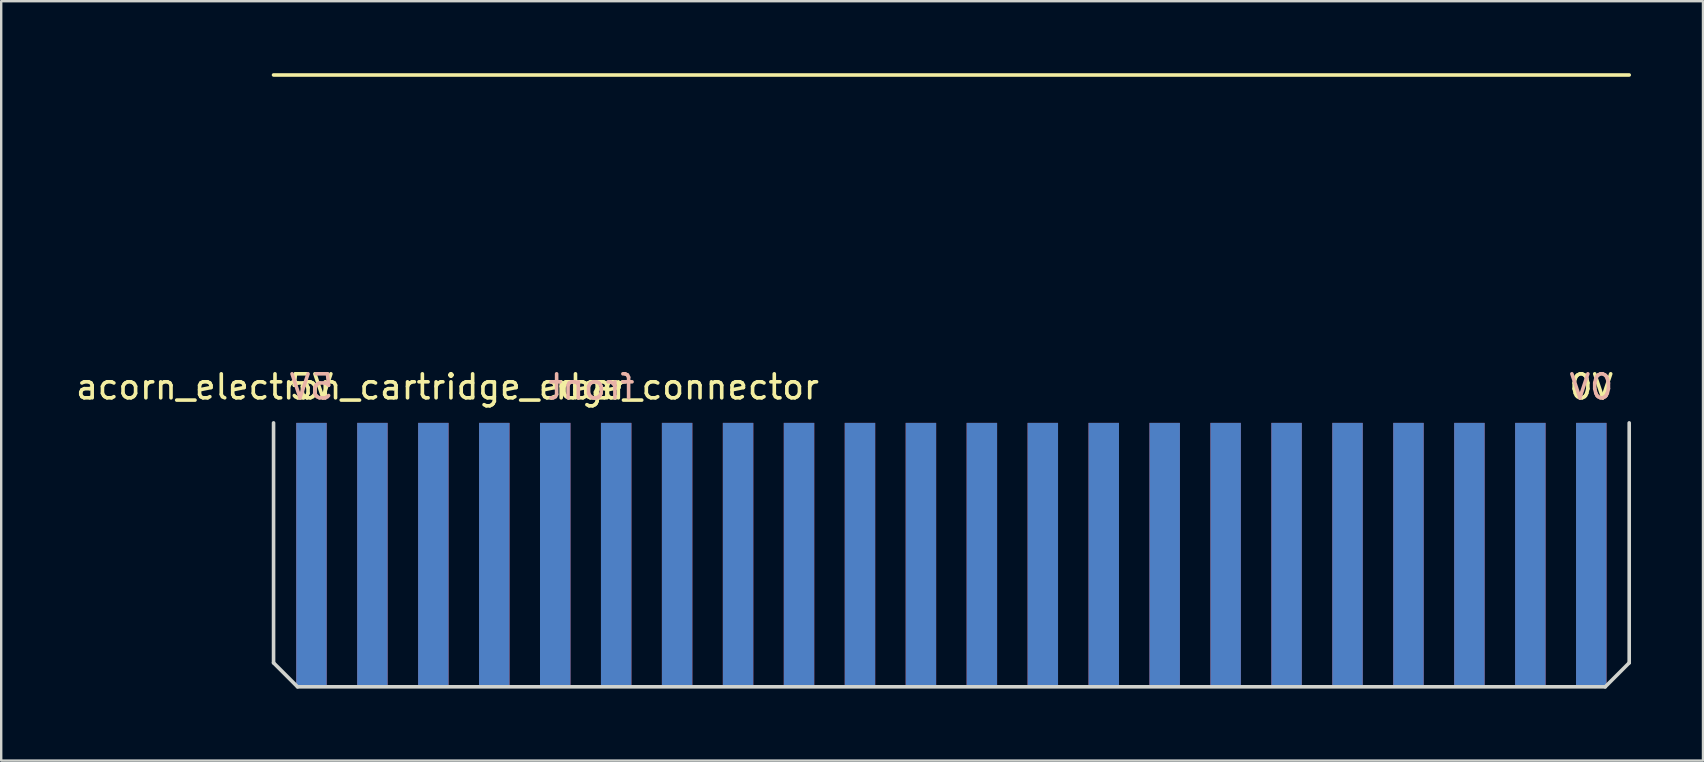
<source format=kicad_pcb>
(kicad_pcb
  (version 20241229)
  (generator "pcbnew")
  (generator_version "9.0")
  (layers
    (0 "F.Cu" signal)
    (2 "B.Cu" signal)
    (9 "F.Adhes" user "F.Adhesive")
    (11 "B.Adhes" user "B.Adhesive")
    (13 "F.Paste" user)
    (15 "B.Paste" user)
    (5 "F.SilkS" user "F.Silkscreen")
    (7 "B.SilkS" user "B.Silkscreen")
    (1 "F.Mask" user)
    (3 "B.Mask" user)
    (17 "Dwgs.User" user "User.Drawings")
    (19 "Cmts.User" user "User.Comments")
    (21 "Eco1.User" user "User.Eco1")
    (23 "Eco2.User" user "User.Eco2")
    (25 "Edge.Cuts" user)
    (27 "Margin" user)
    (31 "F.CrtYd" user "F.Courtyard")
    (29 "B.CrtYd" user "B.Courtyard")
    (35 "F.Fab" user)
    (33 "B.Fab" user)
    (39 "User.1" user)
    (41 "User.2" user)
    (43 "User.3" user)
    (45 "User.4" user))
  (footprint "acorn_electron_cartridge_edge_connector"
    (layer "F.Cu")
    (at 36.601 20.075)
    (property "Reference" "acorn_electron_cartridge_edge_connector" (at -21 -7 0) (layer "F.SilkS") (effects (font (size 1 1) (thickness 0.15))))
    (attr through_hole)
    (fp_line (start -28.25 -20) (end 28.25 -20) (stroke (width 0.15) (type solid)) (layer "F.SilkS"))
    (fp_line (start -28.25 -5.5) (end -28.25 4.5) (stroke (width 0.15) (type solid)) (layer "Edge.Cuts"))
    (fp_line (start -28.25 4.5) (end -27.25 5.5) (stroke (width 0.15) (type solid)) (layer "Edge.Cuts"))
    (fp_line (start -27.25 5.5) (end 27.25 5.5) (stroke (width 0.15) (type solid)) (layer "Edge.Cuts"))
    (fp_line (start 27.25 5.5) (end 28.25 4.5) (stroke (width 0.15) (type solid)) (layer "Edge.Cuts"))
    (fp_line (start 28.25 4.5) (end 28.25 -5.5) (stroke (width 0.15) (type solid)) (layer "Edge.Cuts"))
    (fp_text user "rear" (at -15 -7 0) (layer "F.SilkS") (effects (font (size 1 1) (thickness 0.15))))
    (fp_text user "0V" (at 26.67 -7 0) (layer "F.SilkS") (effects (font (size 1 1) (thickness 0.15))))
    (fp_text user "5V" (at -26.67 -7 0) (layer "F.SilkS") (effects (font (size 1 1) (thickness 0.15))))
    (fp_text user "0V" (at 26.67 -7 0) (layer "B.SilkS") (effects (font (size 1 1) (thickness 0.15)) (justify mirror)))
    (fp_text user "front" (at -15 -7 0) (layer "B.SilkS") (effects (font (size 1 1) (thickness 0.15)) (justify mirror)))
    (fp_text user "5V" (at -26.67 -7 0) (layer "B.SilkS") (effects (font (size 1 1) (thickness 0.15)) (justify mirror)))
    (pad "A3" smd rect (at -21.59 0) (size 1.27 11) (layers "F.Cu" "F.Mask"))
    (pad "A4" smd rect (at -19.05 0) (size 1.27 11) (layers "F.Cu" "F.Mask"))
    (pad "A5" smd rect (at -16.51 0) (size 1.27 11) (layers "F.Cu" "F.Mask"))
    (pad "A6" smd rect (at -13.97 0) (size 1.27 11) (layers "F.Cu" "F.Mask"))
    (pad "A7" smd rect (at -11.43 0) (size 1.27 11) (layers "F.Cu" "F.Mask"))
    (pad "A8" smd rect (at -8.89 0) (size 1.27 11) (layers "F.Cu" "F.Mask"))
    (pad "A9" smd rect (at -6.35 0) (size 1.27 11) (layers "F.Cu" "F.Mask"))
    (pad "A10" smd rect (at -3.81 0) (size 1.27 11) (layers "F.Cu" "F.Mask"))
    (pad "A11" smd rect (at -1.27 0) (size 1.27 11) (layers "F.Cu" "F.Mask"))
    (pad "A12" smd rect (at 1.27 0) (size 1.27 11) (layers "F.Cu" "F.Mask"))
    (pad "A13" smd rect (at 3.81 0) (size 1.27 11) (layers "F.Cu" "F.Mask"))
    (pad "A14" smd rect (at 6.35 0) (size 1.27 11) (layers "F.Cu" "F.Mask"))
    (pad "A15" smd rect (at 8.89 0) (size 1.27 11) (layers "F.Cu" "F.Mask"))
    (pad "A16" smd rect (at 11.43 0) (size 1.27 11) (layers "F.Cu" "F.Mask"))
    (pad "A17" smd rect (at 13.97 0) (size 1.27 11) (layers "F.Cu" "F.Mask"))
    (pad "A18" smd rect (at 16.51 0) (size 1.27 11) (layers "F.Cu" "F.Mask"))
    (pad "A19" smd rect (at 19.05 0) (size 1.27 11) (layers "F.Cu" "F.Mask"))
    (pad "A20" smd rect (at 21.59 0) (size 1.27 11) (layers "F.Cu" "F.Mask"))
    (pad "A21" smd rect (at 24.13 0) (size 1.27 11) (layers "F.Cu" "F.Mask"))
    (pad "A22" smd rect (at 26.67 0) (size 1.27 11) (layers "F.Cu" "F.Mask"))
    (pad "B1" smd rect (at -26.67 0) (size 1.27 11) (layers "B.Cu" "B.Mask"))
    (pad "B2" smd rect (at -24.13 0) (size 1.27 11) (layers "B.Cu" "B.Mask"))
    (pad "B3" smd rect (at -21.59 0) (size 1.27 11) (layers "B.Cu" "B.Mask"))
    (pad "B4" smd rect (at -19.05 0) (size 1.27 11) (layers "B.Cu" "B.Mask"))
    (pad "B5" smd rect (at -16.51 0) (size 1.27 11) (layers "B.Cu" "B.Mask"))
    (pad "B6" smd rect (at -13.97 0) (size 1.27 11) (layers "B.Cu" "B.Mask"))
    (pad "B7" smd rect (at -11.43 0) (size 1.27 11) (layers "B.Cu" "B.Mask"))
    (pad "B8" smd rect (at -8.89 0) (size 1.27 11) (layers "B.Cu" "B.Mask"))
    (pad "B9" smd rect (at -6.35 0) (size 1.27 11) (layers "B.Cu" "B.Mask"))
    (pad "B10" smd rect (at -3.81 0) (size 1.27 11) (layers "B.Cu" "B.Mask"))
    (pad "B11" smd rect (at -1.27 0) (size 1.27 11) (layers "B.Cu" "B.Mask"))
    (pad "B12" smd rect (at 1.27 0) (size 1.27 11) (layers "B.Cu" "B.Mask"))
    (pad "B13" smd rect (at 3.81 0) (size 1.27 11) (layers "B.Cu" "B.Mask"))
    (pad "B14" smd rect (at 6.35 0) (size 1.27 11) (layers "B.Cu" "B.Mask"))
    (pad "B15" smd rect (at 8.89 0) (size 1.27 11) (layers "B.Cu" "B.Mask"))
    (pad "B16" smd rect (at 11.43 0) (size 1.27 11) (layers "B.Cu" "B.Mask"))
    (pad "B17" smd rect (at 13.97 0) (size 1.27 11) (layers "B.Cu" "B.Mask"))
    (pad "B18" smd rect (at 16.51 0) (size 1.27 11) (layers "B.Cu" "B.Mask"))
    (pad "B19" smd rect (at 19.05 0) (size 1.27 11) (layers "B.Cu" "B.Mask"))
    (pad "B20" smd rect (at 21.59 0) (size 1.27 11) (layers "B.Cu" "B.Mask"))
    (pad "B21" smd rect (at 24.13 0) (size 1.27 11) (layers "B.Cu" "B.Mask"))
    (pad "B22" smd rect (at 26.67 0) (size 1.27 11) (layers "B.Cu" "B.Mask"))
    (pad "a1" smd rect (at -26.67 0) (size 1.27 11) (layers "F.Cu" "F.Mask"))
    (pad "a2" smd rect (at -24.13 0) (size 1.27 11) (layers "F.Cu" "F.Mask")))
  (gr_rect
    (start -3 -3)
    (end 67.926 28.65)
    (stroke (width 0.1) (type default))
    (fill no)
    (layer "Edge.Cuts")))
</source>
